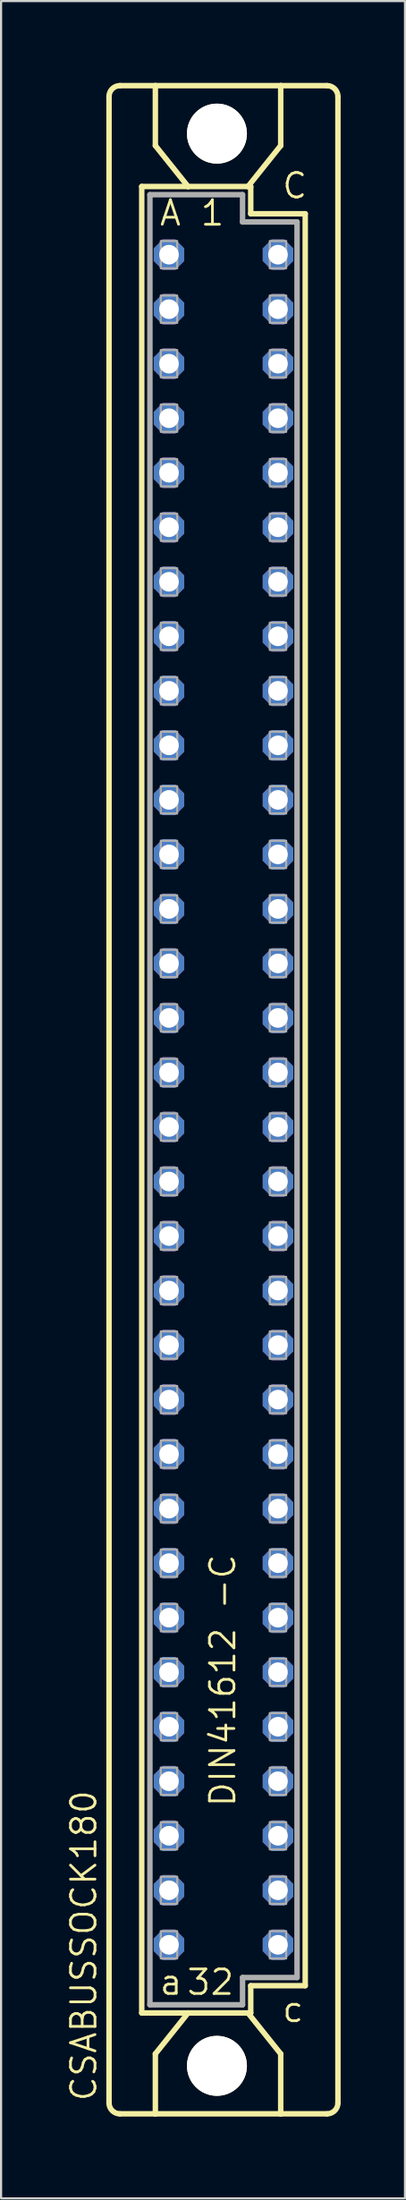
<source format=kicad_pcb>
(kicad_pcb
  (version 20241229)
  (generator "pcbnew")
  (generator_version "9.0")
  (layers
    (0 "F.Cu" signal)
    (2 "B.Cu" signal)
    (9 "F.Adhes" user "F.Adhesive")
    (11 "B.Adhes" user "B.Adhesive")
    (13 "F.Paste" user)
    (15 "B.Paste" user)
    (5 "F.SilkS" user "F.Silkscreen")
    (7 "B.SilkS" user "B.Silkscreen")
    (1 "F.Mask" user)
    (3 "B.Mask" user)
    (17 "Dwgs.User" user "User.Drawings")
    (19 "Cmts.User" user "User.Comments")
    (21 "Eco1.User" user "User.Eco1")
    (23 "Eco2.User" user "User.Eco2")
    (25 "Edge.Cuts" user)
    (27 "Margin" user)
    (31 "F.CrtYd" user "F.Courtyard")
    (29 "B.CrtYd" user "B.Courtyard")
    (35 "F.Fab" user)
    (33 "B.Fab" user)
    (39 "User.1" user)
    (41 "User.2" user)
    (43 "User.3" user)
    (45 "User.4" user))
  (footprint "CSABUSSOCK180"
    (layer "F.Cu")
    (at 7.366 50.724)
    (property "Reference" "CSABUSSOCK180" (at -5.842 44.196 90) (layer "F.SilkS") (effects (font (size 1.143 1.143) (thickness 0.127)) (justify left bottom)))
    (fp_line (start -5.334 44.196) (end -5.334 -49.276) (stroke (width 0.254) (type solid)) (layer "F.SilkS"))
    (fp_line (start -4.826 -49.784) (end -3.175 -49.784) (stroke (width 0.254) (type solid)) (layer "F.SilkS"))
    (fp_line (start -4.826 44.704) (end -3.175 44.704) (stroke (width 0.254) (type solid)) (layer "F.SilkS"))
    (fp_line (start -3.81 -45.085) (end -3.81 40.005) (stroke (width 0.254) (type solid)) (layer "F.SilkS"))
    (fp_line (start -3.81 40.005) (end -1.651 40.005) (stroke (width 0.254) (type solid)) (layer "F.SilkS"))
    (fp_line (start -3.175 -49.784) (end -3.175 -46.99) (stroke (width 0.254) (type solid)) (layer "F.SilkS"))
    (fp_line (start -3.175 44.704) (end -3.175 41.91) (stroke (width 0.254) (type solid)) (layer "F.SilkS"))
    (fp_line (start -3.175 44.704) (end 2.667 44.704) (stroke (width 0.254) (type solid)) (layer "F.SilkS"))
    (fp_line (start -1.651 -45.085) (end -3.81 -45.085) (stroke (width 0.254) (type solid)) (layer "F.SilkS"))
    (fp_line (start -1.651 -45.085) (end -3.175 -46.99) (stroke (width 0.254) (type solid)) (layer "F.SilkS"))
    (fp_line (start -1.651 40.005) (end -3.175 41.91) (stroke (width 0.254) (type solid)) (layer "F.SilkS"))
    (fp_line (start -1.651 40.005) (end 1.143 40.005) (stroke (width 0.254) (type solid)) (layer "F.SilkS"))
    (fp_line (start 1.143 -45.085) (end -1.651 -45.085) (stroke (width 0.254) (type solid)) (layer "F.SilkS"))
    (fp_line (start 1.143 -45.085) (end 2.667 -46.99) (stroke (width 0.254) (type solid)) (layer "F.SilkS"))
    (fp_line (start 1.143 40.005) (end 1.27 40.005) (stroke (width 0.254) (type solid)) (layer "F.SilkS"))
    (fp_line (start 1.143 40.005) (end 2.667 41.91) (stroke (width 0.254) (type solid)) (layer "F.SilkS"))
    (fp_line (start 1.27 -45.085) (end 1.143 -45.085) (stroke (width 0.254) (type solid)) (layer "F.SilkS"))
    (fp_line (start 1.27 -43.815) (end 1.27 -45.085) (stroke (width 0.254) (type solid)) (layer "F.SilkS"))
    (fp_line (start 1.27 38.735) (end 3.81 38.735) (stroke (width 0.254) (type solid)) (layer "F.SilkS"))
    (fp_line (start 1.27 40.005) (end 1.27 38.735) (stroke (width 0.254) (type solid)) (layer "F.SilkS"))
    (fp_line (start 2.667 -49.784) (end -3.175 -49.784) (stroke (width 0.254) (type solid)) (layer "F.SilkS"))
    (fp_line (start 2.667 -49.784) (end 2.667 -46.99) (stroke (width 0.254) (type solid)) (layer "F.SilkS"))
    (fp_line (start 2.667 44.704) (end 2.667 41.91) (stroke (width 0.254) (type solid)) (layer "F.SilkS"))
    (fp_line (start 2.667 44.704) (end 4.826 44.704) (stroke (width 0.254) (type solid)) (layer "F.SilkS"))
    (fp_line (start 3.81 -43.815) (end 1.27 -43.815) (stroke (width 0.254) (type solid)) (layer "F.SilkS"))
    (fp_line (start 3.81 38.735) (end 3.81 -43.815) (stroke (width 0.254) (type solid)) (layer "F.SilkS"))
    (fp_line (start 4.826 -49.784) (end 2.667 -49.784) (stroke (width 0.254) (type solid)) (layer "F.SilkS"))
    (fp_line (start 5.334 44.196) (end 5.334 -49.276) (stroke (width 0.254) (type solid)) (layer "F.SilkS"))
    (fp_arc (start -5.334 -49.276) (mid -5.18521 -49.63521) (end -4.826 -49.784) (stroke (width 0.254) (type solid)) (layer "F.SilkS"))
    (fp_arc (start -4.826 44.704) (mid -5.18521 44.55521) (end -5.334 44.196) (stroke (width 0.254) (type solid)) (layer "F.SilkS"))
    (fp_arc (start 4.826 -49.784) (mid 5.18521 -49.63521) (end 5.334 -49.276) (stroke (width 0.254) (type solid)) (layer "F.SilkS"))
    (fp_arc (start 5.334 44.196) (mid 5.18521 44.55521) (end 4.826 44.704) (stroke (width 0.254) (type solid)) (layer "F.SilkS"))
    (fp_circle (center -0.305 -47.549) (end 0.965 -47.549) (stroke (width 0.254) (type solid)) (fill no) (layer "F.SilkS"))
    (fp_circle (center -0.305 42.469) (end 0.965 42.469) (stroke (width 0.254) (type solid)) (fill no) (layer "F.SilkS"))
    (fp_line (start -3.429 -44.704) (end -3.429 39.624) (stroke (width 0.254) (type solid)) (layer "F.Fab"))
    (fp_line (start -3.429 -44.704) (end 0.889 -44.704) (stroke (width 0.254) (type solid)) (layer "F.Fab"))
    (fp_line (start -3.429 39.624) (end 0.889 39.624) (stroke (width 0.254) (type solid)) (layer "F.Fab"))
    (fp_line (start 0.889 -44.704) (end 0.889 -43.434) (stroke (width 0.254) (type solid)) (layer "F.Fab"))
    (fp_line (start 0.889 -43.434) (end 3.429 -43.434) (stroke (width 0.254) (type solid)) (layer "F.Fab"))
    (fp_line (start 0.889 38.354) (end 3.429 38.354) (stroke (width 0.254) (type solid)) (layer "F.Fab"))
    (fp_line (start 0.889 39.624) (end 0.889 38.354) (stroke (width 0.254) (type solid)) (layer "F.Fab"))
    (fp_line (start 3.429 -43.434) (end 3.429 38.354) (stroke (width 0.254) (type solid)) (layer "F.Fab"))
    (fp_poly (pts (xy -2.921 -41.275) (xy -2.159 -41.275) (xy -2.159 -42.545) (xy -2.921 -42.545)) (stroke (width 0.1) (type default)) (fill no) (layer "F.Fab"))
    (fp_poly (pts (xy -2.921 -38.735) (xy -2.159 -38.735) (xy -2.159 -40.005) (xy -2.921 -40.005)) (stroke (width 0.1) (type default)) (fill no) (layer "F.Fab"))
    (fp_poly (pts (xy -2.921 -36.195) (xy -2.159 -36.195) (xy -2.159 -37.465) (xy -2.921 -37.465)) (stroke (width 0.1) (type default)) (fill no) (layer "F.Fab"))
    (fp_poly (pts (xy -2.921 -33.655) (xy -2.159 -33.655) (xy -2.159 -34.925) (xy -2.921 -34.925)) (stroke (width 0.1) (type default)) (fill no) (layer "F.Fab"))
    (fp_poly (pts (xy -2.921 -31.115) (xy -2.159 -31.115) (xy -2.159 -32.385) (xy -2.921 -32.385)) (stroke (width 0.1) (type default)) (fill no) (layer "F.Fab"))
    (fp_poly (pts (xy -2.921 -28.575) (xy -2.159 -28.575) (xy -2.159 -29.845) (xy -2.921 -29.845)) (stroke (width 0.1) (type default)) (fill no) (layer "F.Fab"))
    (fp_poly (pts (xy -2.921 -26.035) (xy -2.159 -26.035) (xy -2.159 -27.305) (xy -2.921 -27.305)) (stroke (width 0.1) (type default)) (fill no) (layer "F.Fab"))
    (fp_poly (pts (xy -2.921 -23.495) (xy -2.159 -23.495) (xy -2.159 -24.765) (xy -2.921 -24.765)) (stroke (width 0.1) (type default)) (fill no) (layer "F.Fab"))
    (fp_poly (pts (xy -2.921 -20.955) (xy -2.159 -20.955) (xy -2.159 -22.225) (xy -2.921 -22.225)) (stroke (width 0.1) (type default)) (fill no) (layer "F.Fab"))
    (fp_poly (pts (xy -2.921 -18.415) (xy -2.159 -18.415) (xy -2.159 -19.685) (xy -2.921 -19.685)) (stroke (width 0.1) (type default)) (fill no) (layer "F.Fab"))
    (fp_poly (pts (xy -2.921 -15.875) (xy -2.159 -15.875) (xy -2.159 -17.145) (xy -2.921 -17.145)) (stroke (width 0.1) (type default)) (fill no) (layer "F.Fab"))
    (fp_poly (pts (xy -2.921 -13.335) (xy -2.159 -13.335) (xy -2.159 -14.605) (xy -2.921 -14.605)) (stroke (width 0.1) (type default)) (fill no) (layer "F.Fab"))
    (fp_poly (pts (xy -2.921 -10.795) (xy -2.159 -10.795) (xy -2.159 -12.065) (xy -2.921 -12.065)) (stroke (width 0.1) (type default)) (fill no) (layer "F.Fab"))
    (fp_poly (pts (xy -2.921 -8.255) (xy -2.159 -8.255) (xy -2.159 -9.525) (xy -2.921 -9.525)) (stroke (width 0.1) (type default)) (fill no) (layer "F.Fab"))
    (fp_poly (pts (xy -2.921 -5.715) (xy -2.159 -5.715) (xy -2.159 -6.985) (xy -2.921 -6.985)) (stroke (width 0.1) (type default)) (fill no) (layer "F.Fab"))
    (fp_poly (pts (xy -2.921 -3.175) (xy -2.159 -3.175) (xy -2.159 -4.445) (xy -2.921 -4.445)) (stroke (width 0.1) (type default)) (fill no) (layer "F.Fab"))
    (fp_poly (pts (xy -2.921 -0.635) (xy -2.159 -0.635) (xy -2.159 -1.905) (xy -2.921 -1.905)) (stroke (width 0.1) (type default)) (fill no) (layer "F.Fab"))
    (fp_poly (pts (xy -2.921 1.905) (xy -2.159 1.905) (xy -2.159 0.635) (xy -2.921 0.635)) (stroke (width 0.1) (type default)) (fill no) (layer "F.Fab"))
    (fp_poly (pts (xy -2.921 4.445) (xy -2.159 4.445) (xy -2.159 3.175) (xy -2.921 3.175)) (stroke (width 0.1) (type default)) (fill no) (layer "F.Fab"))
    (fp_poly (pts (xy -2.921 6.985) (xy -2.159 6.985) (xy -2.159 5.715) (xy -2.921 5.715)) (stroke (width 0.1) (type default)) (fill no) (layer "F.Fab"))
    (fp_poly (pts (xy -2.921 9.525) (xy -2.159 9.525) (xy -2.159 8.255) (xy -2.921 8.255)) (stroke (width 0.1) (type default)) (fill no) (layer "F.Fab"))
    (fp_poly (pts (xy -2.921 12.065) (xy -2.159 12.065) (xy -2.159 10.795) (xy -2.921 10.795)) (stroke (width 0.1) (type default)) (fill no) (layer "F.Fab"))
    (fp_poly (pts (xy -2.921 14.605) (xy -2.159 14.605) (xy -2.159 13.335) (xy -2.921 13.335)) (stroke (width 0.1) (type default)) (fill no) (layer "F.Fab"))
    (fp_poly (pts (xy -2.921 17.145) (xy -2.159 17.145) (xy -2.159 15.875) (xy -2.921 15.875)) (stroke (width 0.1) (type default)) (fill no) (layer "F.Fab"))
    (fp_poly (pts (xy -2.921 19.685) (xy -2.159 19.685) (xy -2.159 18.415) (xy -2.921 18.415)) (stroke (width 0.1) (type default)) (fill no) (layer "F.Fab"))
    (fp_poly (pts (xy -2.921 22.225) (xy -2.159 22.225) (xy -2.159 20.955) (xy -2.921 20.955)) (stroke (width 0.1) (type default)) (fill no) (layer "F.Fab"))
    (fp_poly (pts (xy -2.921 24.765) (xy -2.159 24.765) (xy -2.159 23.495) (xy -2.921 23.495)) (stroke (width 0.1) (type default)) (fill no) (layer "F.Fab"))
    (fp_poly (pts (xy -2.921 27.305) (xy -2.159 27.305) (xy -2.159 26.035) (xy -2.921 26.035)) (stroke (width 0.1) (type default)) (fill no) (layer "F.Fab"))
    (fp_poly (pts (xy -2.921 29.845) (xy -2.159 29.845) (xy -2.159 28.575) (xy -2.921 28.575)) (stroke (width 0.1) (type default)) (fill no) (layer "F.Fab"))
    (fp_poly (pts (xy -2.921 32.385) (xy -2.159 32.385) (xy -2.159 31.115) (xy -2.921 31.115)) (stroke (width 0.1) (type default)) (fill no) (layer "F.Fab"))
    (fp_poly (pts (xy -2.921 34.925) (xy -2.159 34.925) (xy -2.159 33.655) (xy -2.921 33.655)) (stroke (width 0.1) (type default)) (fill no) (layer "F.Fab"))
    (fp_poly (pts (xy -2.921 37.465) (xy -2.159 37.465) (xy -2.159 36.195) (xy -2.921 36.195)) (stroke (width 0.1) (type default)) (fill no) (layer "F.Fab"))
    (fp_poly (pts (xy 2.159 -41.275) (xy 2.921 -41.275) (xy 2.921 -42.545) (xy 2.159 -42.545)) (stroke (width 0.1) (type default)) (fill no) (layer "F.Fab"))
    (fp_poly (pts (xy 2.159 -38.735) (xy 2.921 -38.735) (xy 2.921 -40.005) (xy 2.159 -40.005)) (stroke (width 0.1) (type default)) (fill no) (layer "F.Fab"))
    (fp_poly (pts (xy 2.159 -36.195) (xy 2.921 -36.195) (xy 2.921 -37.465) (xy 2.159 -37.465)) (stroke (width 0.1) (type default)) (fill no) (layer "F.Fab"))
    (fp_poly (pts (xy 2.159 -33.655) (xy 2.921 -33.655) (xy 2.921 -34.925) (xy 2.159 -34.925)) (stroke (width 0.1) (type default)) (fill no) (layer "F.Fab"))
    (fp_poly (pts (xy 2.159 -31.115) (xy 2.921 -31.115) (xy 2.921 -32.385) (xy 2.159 -32.385)) (stroke (width 0.1) (type default)) (fill no) (layer "F.Fab"))
    (fp_poly (pts (xy 2.159 -28.575) (xy 2.921 -28.575) (xy 2.921 -29.845) (xy 2.159 -29.845)) (stroke (width 0.1) (type default)) (fill no) (layer "F.Fab"))
    (fp_poly (pts (xy 2.159 -26.035) (xy 2.921 -26.035) (xy 2.921 -27.305) (xy 2.159 -27.305)) (stroke (width 0.1) (type default)) (fill no) (layer "F.Fab"))
    (fp_poly (pts (xy 2.159 -23.495) (xy 2.921 -23.495) (xy 2.921 -24.765) (xy 2.159 -24.765)) (stroke (width 0.1) (type default)) (fill no) (layer "F.Fab"))
    (fp_poly (pts (xy 2.159 -20.955) (xy 2.921 -20.955) (xy 2.921 -22.225) (xy 2.159 -22.225)) (stroke (width 0.1) (type default)) (fill no) (layer "F.Fab"))
    (fp_poly (pts (xy 2.159 -18.415) (xy 2.921 -18.415) (xy 2.921 -19.685) (xy 2.159 -19.685)) (stroke (width 0.1) (type default)) (fill no) (layer "F.Fab"))
    (fp_poly (pts (xy 2.159 -15.875) (xy 2.921 -15.875) (xy 2.921 -17.145) (xy 2.159 -17.145)) (stroke (width 0.1) (type default)) (fill no) (layer "F.Fab"))
    (fp_poly (pts (xy 2.159 -13.335) (xy 2.921 -13.335) (xy 2.921 -14.605) (xy 2.159 -14.605)) (stroke (width 0.1) (type default)) (fill no) (layer "F.Fab"))
    (fp_poly (pts (xy 2.159 -10.795) (xy 2.921 -10.795) (xy 2.921 -12.065) (xy 2.159 -12.065)) (stroke (width 0.1) (type default)) (fill no) (layer "F.Fab"))
    (fp_poly (pts (xy 2.159 -8.255) (xy 2.921 -8.255) (xy 2.921 -9.525) (xy 2.159 -9.525)) (stroke (width 0.1) (type default)) (fill no) (layer "F.Fab"))
    (fp_poly (pts (xy 2.159 -5.715) (xy 2.921 -5.715) (xy 2.921 -6.985) (xy 2.159 -6.985)) (stroke (width 0.1) (type default)) (fill no) (layer "F.Fab"))
    (fp_poly (pts (xy 2.159 -3.175) (xy 2.921 -3.175) (xy 2.921 -4.445) (xy 2.159 -4.445)) (stroke (width 0.1) (type default)) (fill no) (layer "F.Fab"))
    (fp_poly (pts (xy 2.159 -0.635) (xy 2.921 -0.635) (xy 2.921 -1.905) (xy 2.159 -1.905)) (stroke (width 0.1) (type default)) (fill no) (layer "F.Fab"))
    (fp_poly (pts (xy 2.159 1.905) (xy 2.921 1.905) (xy 2.921 0.635) (xy 2.159 0.635)) (stroke (width 0.1) (type default)) (fill no) (layer "F.Fab"))
    (fp_poly (pts (xy 2.159 4.445) (xy 2.921 4.445) (xy 2.921 3.175) (xy 2.159 3.175)) (stroke (width 0.1) (type default)) (fill no) (layer "F.Fab"))
    (fp_poly (pts (xy 2.159 6.985) (xy 2.921 6.985) (xy 2.921 5.715) (xy 2.159 5.715)) (stroke (width 0.1) (type default)) (fill no) (layer "F.Fab"))
    (fp_poly (pts (xy 2.159 9.525) (xy 2.921 9.525) (xy 2.921 8.255) (xy 2.159 8.255)) (stroke (width 0.1) (type default)) (fill no) (layer "F.Fab"))
    (fp_poly (pts (xy 2.159 12.065) (xy 2.921 12.065) (xy 2.921 10.795) (xy 2.159 10.795)) (stroke (width 0.1) (type default)) (fill no) (layer "F.Fab"))
    (fp_poly (pts (xy 2.159 14.605) (xy 2.921 14.605) (xy 2.921 13.335) (xy 2.159 13.335)) (stroke (width 0.1) (type default)) (fill no) (layer "F.Fab"))
    (fp_poly (pts (xy 2.159 17.145) (xy 2.921 17.145) (xy 2.921 15.875) (xy 2.159 15.875)) (stroke (width 0.1) (type default)) (fill no) (layer "F.Fab"))
    (fp_poly (pts (xy 2.159 19.685) (xy 2.921 19.685) (xy 2.921 18.415) (xy 2.159 18.415)) (stroke (width 0.1) (type default)) (fill no) (layer "F.Fab"))
    (fp_poly (pts (xy 2.159 22.225) (xy 2.921 22.225) (xy 2.921 20.955) (xy 2.159 20.955)) (stroke (width 0.1) (type default)) (fill no) (layer "F.Fab"))
    (fp_poly (pts (xy 2.159 24.765) (xy 2.921 24.765) (xy 2.921 23.495) (xy 2.159 23.495)) (stroke (width 0.1) (type default)) (fill no) (layer "F.Fab"))
    (fp_poly (pts (xy 2.159 27.305) (xy 2.921 27.305) (xy 2.921 26.035) (xy 2.159 26.035)) (stroke (width 0.1) (type default)) (fill no) (layer "F.Fab"))
    (fp_poly (pts (xy 2.159 29.845) (xy 2.921 29.845) (xy 2.921 28.575) (xy 2.159 28.575)) (stroke (width 0.1) (type default)) (fill no) (layer "F.Fab"))
    (fp_poly (pts (xy 2.159 32.385) (xy 2.921 32.385) (xy 2.921 31.115) (xy 2.159 31.115)) (stroke (width 0.1) (type default)) (fill no) (layer "F.Fab"))
    (fp_poly (pts (xy 2.159 34.925) (xy 2.921 34.925) (xy 2.921 33.655) (xy 2.159 33.655)) (stroke (width 0.1) (type default)) (fill no) (layer "F.Fab"))
    (fp_poly (pts (xy 2.159 37.465) (xy 2.921 37.465) (xy 2.921 36.195) (xy 2.159 36.195)) (stroke (width 0.1) (type default)) (fill no) (layer "F.Fab"))
    (fp_text user "c" (at 2.667 40.513 0) (layer "F.SilkS") (effects (font (size 1.143 1.143) (thickness 0.127)) (justify left bottom)))
    (fp_text user "1" (at -1.143 -43.18 0) (layer "F.SilkS") (effects (font (size 1.143 1.143) (thickness 0.127)) (justify left bottom)))
    (fp_text user "a" (at -3.048 39.243 0) (layer "F.SilkS") (effects (font (size 1.143 1.143) (thickness 0.127)) (justify left bottom)))
    (fp_text user "C" (at 2.667 -44.45 0) (layer "F.SilkS") (effects (font (size 1.143 1.143) (thickness 0.127)) (justify left bottom)))
    (fp_text user "A" (at -3.048 -43.18 0) (layer "F.SilkS") (effects (font (size 1.143 1.143) (thickness 0.127)) (justify left bottom)))
    (fp_text user "32" (at -1.778 39.243 0) (layer "F.SilkS") (effects (font (size 1.143 1.143) (thickness 0.127)) (justify left bottom)))
    (fp_text user "DIN41612 -C" (at 0.635 30.48 90) (layer "F.SilkS") (effects (font (size 1.143 1.143) (thickness 0.127)) (justify left bottom)))
    (pad "" np_thru_hole circle (at -0.305 -47.549) (size 2.794 2.794) (drill 2.794) (layers "*.Cu" "*.Mask"))
    (pad "" np_thru_hole circle (at -0.305 42.469) (size 2.794 2.794) (drill 2.794) (layers "*.Cu" "*.Mask"))
    (pad "A1" thru_hole roundrect (at -2.54 -41.91) (size 1.422 1.422) (drill 0.914) (layers "*.Cu" "*.Mask") (roundrect_rratio 0.25) (chamfer_ratio 0.293) (chamfer top_left top_right bottom_left bottom_right))
    (pad "A2" thru_hole roundrect (at -2.54 -39.37) (size 1.422 1.422) (drill 0.914) (layers "*.Cu" "*.Mask") (roundrect_rratio 0.25) (chamfer_ratio 0.293) (chamfer top_left top_right bottom_left bottom_right))
    (pad "A3" thru_hole roundrect (at -2.54 -36.83) (size 1.422 1.422) (drill 0.914) (layers "*.Cu" "*.Mask") (roundrect_rratio 0.25) (chamfer_ratio 0.293) (chamfer top_left top_right bottom_left bottom_right))
    (pad "A4" thru_hole roundrect (at -2.54 -34.29) (size 1.422 1.422) (drill 0.914) (layers "*.Cu" "*.Mask") (roundrect_rratio 0.25) (chamfer_ratio 0.293) (chamfer top_left top_right bottom_left bottom_right))
    (pad "A5" thru_hole roundrect (at -2.54 -31.75) (size 1.422 1.422) (drill 0.914) (layers "*.Cu" "*.Mask") (roundrect_rratio 0.25) (chamfer_ratio 0.293) (chamfer top_left top_right bottom_left bottom_right))
    (pad "A6" thru_hole roundrect (at -2.54 -29.21) (size 1.422 1.422) (drill 0.914) (layers "*.Cu" "*.Mask") (roundrect_rratio 0.25) (chamfer_ratio 0.293) (chamfer top_left top_right bottom_left bottom_right))
    (pad "A7" thru_hole roundrect (at -2.54 -26.67) (size 1.422 1.422) (drill 0.914) (layers "*.Cu" "*.Mask") (roundrect_rratio 0.25) (chamfer_ratio 0.293) (chamfer top_left top_right bottom_left bottom_right))
    (pad "A8" thru_hole roundrect (at -2.54 -24.13) (size 1.422 1.422) (drill 0.914) (layers "*.Cu" "*.Mask") (roundrect_rratio 0.25) (chamfer_ratio 0.293) (chamfer top_left top_right bottom_left bottom_right))
    (pad "A9" thru_hole roundrect (at -2.54 -21.59) (size 1.422 1.422) (drill 0.914) (layers "*.Cu" "*.Mask") (roundrect_rratio 0.25) (chamfer_ratio 0.293) (chamfer top_left top_right bottom_left bottom_right))
    (pad "A10" thru_hole roundrect (at -2.54 -19.05) (size 1.422 1.422) (drill 0.914) (layers "*.Cu" "*.Mask") (roundrect_rratio 0.25) (chamfer_ratio 0.293) (chamfer top_left top_right bottom_left bottom_right))
    (pad "A11" thru_hole roundrect (at -2.54 -16.51) (size 1.422 1.422) (drill 0.914) (layers "*.Cu" "*.Mask") (roundrect_rratio 0.25) (chamfer_ratio 0.293) (chamfer top_left top_right bottom_left bottom_right))
    (pad "A12" thru_hole roundrect (at -2.54 -13.97) (size 1.422 1.422) (drill 0.914) (layers "*.Cu" "*.Mask") (roundrect_rratio 0.25) (chamfer_ratio 0.293) (chamfer top_left top_right bottom_left bottom_right))
    (pad "A13" thru_hole roundrect (at -2.54 -11.43) (size 1.422 1.422) (drill 0.914) (layers "*.Cu" "*.Mask") (roundrect_rratio 0.25) (chamfer_ratio 0.293) (chamfer top_left top_right bottom_left bottom_right))
    (pad "A14" thru_hole roundrect (at -2.54 -8.89) (size 1.422 1.422) (drill 0.914) (layers "*.Cu" "*.Mask") (roundrect_rratio 0.25) (chamfer_ratio 0.293) (chamfer top_left top_right bottom_left bottom_right))
    (pad "A15" thru_hole roundrect (at -2.54 -6.35) (size 1.422 1.422) (drill 0.914) (layers "*.Cu" "*.Mask") (roundrect_rratio 0.25) (chamfer_ratio 0.293) (chamfer top_left top_right bottom_left bottom_right))
    (pad "A16" thru_hole roundrect (at -2.54 -3.81) (size 1.422 1.422) (drill 0.914) (layers "*.Cu" "*.Mask") (roundrect_rratio 0.25) (chamfer_ratio 0.293) (chamfer top_left top_right bottom_left bottom_right))
    (pad "A17" thru_hole roundrect (at -2.54 -1.27) (size 1.422 1.422) (drill 0.914) (layers "*.Cu" "*.Mask") (roundrect_rratio 0.25) (chamfer_ratio 0.293) (chamfer top_left top_right bottom_left bottom_right))
    (pad "A18" thru_hole roundrect (at -2.54 1.27) (size 1.422 1.422) (drill 0.914) (layers "*.Cu" "*.Mask") (roundrect_rratio 0.25) (chamfer_ratio 0.293) (chamfer top_left top_right bottom_left bottom_right))
    (pad "A19" thru_hole roundrect (at -2.54 3.81) (size 1.422 1.422) (drill 0.914) (layers "*.Cu" "*.Mask") (roundrect_rratio 0.25) (chamfer_ratio 0.293) (chamfer top_left top_right bottom_left bottom_right))
    (pad "A20" thru_hole roundrect (at -2.54 6.35) (size 1.422 1.422) (drill 0.914) (layers "*.Cu" "*.Mask") (roundrect_rratio 0.25) (chamfer_ratio 0.293) (chamfer top_left top_right bottom_left bottom_right))
    (pad "A21" thru_hole roundrect (at -2.54 8.89) (size 1.422 1.422) (drill 0.914) (layers "*.Cu" "*.Mask") (roundrect_rratio 0.25) (chamfer_ratio 0.293) (chamfer top_left top_right bottom_left bottom_right))
    (pad "A22" thru_hole roundrect (at -2.54 11.43) (size 1.422 1.422) (drill 0.914) (layers "*.Cu" "*.Mask") (roundrect_rratio 0.25) (chamfer_ratio 0.293) (chamfer top_left top_right bottom_left bottom_right))
    (pad "A23" thru_hole roundrect (at -2.54 13.97) (size 1.422 1.422) (drill 0.914) (layers "*.Cu" "*.Mask") (roundrect_rratio 0.25) (chamfer_ratio 0.293) (chamfer top_left top_right bottom_left bottom_right))
    (pad "A24" thru_hole roundrect (at -2.54 16.51) (size 1.422 1.422) (drill 0.914) (layers "*.Cu" "*.Mask") (roundrect_rratio 0.25) (chamfer_ratio 0.293) (chamfer top_left top_right bottom_left bottom_right))
    (pad "A25" thru_hole roundrect (at -2.54 19.05) (size 1.422 1.422) (drill 0.914) (layers "*.Cu" "*.Mask") (roundrect_rratio 0.25) (chamfer_ratio 0.293) (chamfer top_left top_right bottom_left bottom_right))
    (pad "A26" thru_hole roundrect (at -2.54 21.59) (size 1.422 1.422) (drill 0.914) (layers "*.Cu" "*.Mask") (roundrect_rratio 0.25) (chamfer_ratio 0.293) (chamfer top_left top_right bottom_left bottom_right))
    (pad "A27" thru_hole roundrect (at -2.54 24.13) (size 1.422 1.422) (drill 0.914) (layers "*.Cu" "*.Mask") (roundrect_rratio 0.25) (chamfer_ratio 0.293) (chamfer top_left top_right bottom_left bottom_right))
    (pad "A28" thru_hole roundrect (at -2.54 26.67) (size 1.422 1.422) (drill 0.914) (layers "*.Cu" "*.Mask") (roundrect_rratio 0.25) (chamfer_ratio 0.293) (chamfer top_left top_right bottom_left bottom_right))
    (pad "A29" thru_hole roundrect (at -2.54 29.21) (size 1.422 1.422) (drill 0.914) (layers "*.Cu" "*.Mask") (roundrect_rratio 0.25) (chamfer_ratio 0.293) (chamfer top_left top_right bottom_left bottom_right))
    (pad "A30" thru_hole roundrect (at -2.54 31.75) (size 1.422 1.422) (drill 0.914) (layers "*.Cu" "*.Mask") (roundrect_rratio 0.25) (chamfer_ratio 0.293) (chamfer top_left top_right bottom_left bottom_right))
    (pad "A31" thru_hole roundrect (at -2.54 34.29) (size 1.422 1.422) (drill 0.914) (layers "*.Cu" "*.Mask") (roundrect_rratio 0.25) (chamfer_ratio 0.293) (chamfer top_left top_right bottom_left bottom_right))
    (pad "A32" thru_hole roundrect (at -2.54 36.83) (size 1.422 1.422) (drill 0.914) (layers "*.Cu" "*.Mask") (roundrect_rratio 0.25) (chamfer_ratio 0.293) (chamfer top_left top_right bottom_left bottom_right))
    (pad "C1" thru_hole roundrect (at 2.54 -41.91) (size 1.422 1.422) (drill 0.914) (layers "*.Cu" "*.Mask") (roundrect_rratio 0.25) (chamfer_ratio 0.293) (chamfer top_left top_right bottom_left bottom_right))
    (pad "C2" thru_hole roundrect (at 2.54 -39.37) (size 1.422 1.422) (drill 0.914) (layers "*.Cu" "*.Mask") (roundrect_rratio 0.25) (chamfer_ratio 0.293) (chamfer top_left top_right bottom_left bottom_right))
    (pad "C3" thru_hole roundrect (at 2.54 -36.83) (size 1.422 1.422) (drill 0.914) (layers "*.Cu" "*.Mask") (roundrect_rratio 0.25) (chamfer_ratio 0.293) (chamfer top_left top_right bottom_left bottom_right))
    (pad "C4" thru_hole roundrect (at 2.54 -34.29) (size 1.422 1.422) (drill 0.914) (layers "*.Cu" "*.Mask") (roundrect_rratio 0.25) (chamfer_ratio 0.293) (chamfer top_left top_right bottom_left bottom_right))
    (pad "C5" thru_hole roundrect (at 2.54 -31.75) (size 1.422 1.422) (drill 0.914) (layers "*.Cu" "*.Mask") (roundrect_rratio 0.25) (chamfer_ratio 0.293) (chamfer top_left top_right bottom_left bottom_right))
    (pad "C6" thru_hole roundrect (at 2.54 -29.21) (size 1.422 1.422) (drill 0.914) (layers "*.Cu" "*.Mask") (roundrect_rratio 0.25) (chamfer_ratio 0.293) (chamfer top_left top_right bottom_left bottom_right))
    (pad "C7" thru_hole roundrect (at 2.54 -26.67) (size 1.422 1.422) (drill 0.914) (layers "*.Cu" "*.Mask") (roundrect_rratio 0.25) (chamfer_ratio 0.293) (chamfer top_left top_right bottom_left bottom_right))
    (pad "C8" thru_hole roundrect (at 2.54 -24.13) (size 1.422 1.422) (drill 0.914) (layers "*.Cu" "*.Mask") (roundrect_rratio 0.25) (chamfer_ratio 0.293) (chamfer top_left top_right bottom_left bottom_right))
    (pad "C9" thru_hole roundrect (at 2.54 -21.59) (size 1.422 1.422) (drill 0.914) (layers "*.Cu" "*.Mask") (roundrect_rratio 0.25) (chamfer_ratio 0.293) (chamfer top_left top_right bottom_left bottom_right))
    (pad "C10" thru_hole roundrect (at 2.54 -19.05) (size 1.422 1.422) (drill 0.914) (layers "*.Cu" "*.Mask") (roundrect_rratio 0.25) (chamfer_ratio 0.293) (chamfer top_left top_right bottom_left bottom_right))
    (pad "C11" thru_hole roundrect (at 2.54 -16.51) (size 1.422 1.422) (drill 0.914) (layers "*.Cu" "*.Mask") (roundrect_rratio 0.25) (chamfer_ratio 0.293) (chamfer top_left top_right bottom_left bottom_right))
    (pad "C12" thru_hole roundrect (at 2.54 -13.97) (size 1.422 1.422) (drill 0.914) (layers "*.Cu" "*.Mask") (roundrect_rratio 0.25) (chamfer_ratio 0.293) (chamfer top_left top_right bottom_left bottom_right))
    (pad "C13" thru_hole roundrect (at 2.54 -11.43) (size 1.422 1.422) (drill 0.914) (layers "*.Cu" "*.Mask") (roundrect_rratio 0.25) (chamfer_ratio 0.293) (chamfer top_left top_right bottom_left bottom_right))
    (pad "C14" thru_hole roundrect (at 2.54 -8.89) (size 1.422 1.422) (drill 0.914) (layers "*.Cu" "*.Mask") (roundrect_rratio 0.25) (chamfer_ratio 0.293) (chamfer top_left top_right bottom_left bottom_right))
    (pad "C15" thru_hole roundrect (at 2.54 -6.35) (size 1.422 1.422) (drill 0.914) (layers "*.Cu" "*.Mask") (roundrect_rratio 0.25) (chamfer_ratio 0.293) (chamfer top_left top_right bottom_left bottom_right))
    (pad "C16" thru_hole roundrect (at 2.54 -3.81) (size 1.422 1.422) (drill 0.914) (layers "*.Cu" "*.Mask") (roundrect_rratio 0.25) (chamfer_ratio 0.293) (chamfer top_left top_right bottom_left bottom_right))
    (pad "C17" thru_hole roundrect (at 2.54 -1.27) (size 1.422 1.422) (drill 0.914) (layers "*.Cu" "*.Mask") (roundrect_rratio 0.25) (chamfer_ratio 0.293) (chamfer top_left top_right bottom_left bottom_right))
    (pad "C18" thru_hole roundrect (at 2.54 1.27) (size 1.422 1.422) (drill 0.914) (layers "*.Cu" "*.Mask") (roundrect_rratio 0.25) (chamfer_ratio 0.293) (chamfer top_left top_right bottom_left bottom_right))
    (pad "C19" thru_hole roundrect (at 2.54 3.81) (size 1.422 1.422) (drill 0.914) (layers "*.Cu" "*.Mask") (roundrect_rratio 0.25) (chamfer_ratio 0.293) (chamfer top_left top_right bottom_left bottom_right))
    (pad "C20" thru_hole roundrect (at 2.54 6.35) (size 1.422 1.422) (drill 0.914) (layers "*.Cu" "*.Mask") (roundrect_rratio 0.25) (chamfer_ratio 0.293) (chamfer top_left top_right bottom_left bottom_right))
    (pad "C21" thru_hole roundrect (at 2.54 8.89) (size 1.422 1.422) (drill 0.914) (layers "*.Cu" "*.Mask") (roundrect_rratio 0.25) (chamfer_ratio 0.293) (chamfer top_left top_right bottom_left bottom_right))
    (pad "C22" thru_hole roundrect (at 2.54 11.43) (size 1.422 1.422) (drill 0.914) (layers "*.Cu" "*.Mask") (roundrect_rratio 0.25) (chamfer_ratio 0.293) (chamfer top_left top_right bottom_left bottom_right))
    (pad "C23" thru_hole roundrect (at 2.54 13.97) (size 1.422 1.422) (drill 0.914) (layers "*.Cu" "*.Mask") (roundrect_rratio 0.25) (chamfer_ratio 0.293) (chamfer top_left top_right bottom_left bottom_right))
    (pad "C24" thru_hole roundrect (at 2.54 16.51) (size 1.422 1.422) (drill 0.914) (layers "*.Cu" "*.Mask") (roundrect_rratio 0.25) (chamfer_ratio 0.293) (chamfer top_left top_right bottom_left bottom_right))
    (pad "C25" thru_hole roundrect (at 2.54 19.05) (size 1.422 1.422) (drill 0.914) (layers "*.Cu" "*.Mask") (roundrect_rratio 0.25) (chamfer_ratio 0.293) (chamfer top_left top_right bottom_left bottom_right))
    (pad "C26" thru_hole roundrect (at 2.54 21.59) (size 1.422 1.422) (drill 0.914) (layers "*.Cu" "*.Mask") (roundrect_rratio 0.25) (chamfer_ratio 0.293) (chamfer top_left top_right bottom_left bottom_right))
    (pad "C27" thru_hole roundrect (at 2.54 24.13) (size 1.422 1.422) (drill 0.914) (layers "*.Cu" "*.Mask") (roundrect_rratio 0.25) (chamfer_ratio 0.293) (chamfer top_left top_right bottom_left bottom_right))
    (pad "C28" thru_hole roundrect (at 2.54 26.67) (size 1.422 1.422) (drill 0.914) (layers "*.Cu" "*.Mask") (roundrect_rratio 0.25) (chamfer_ratio 0.293) (chamfer top_left top_right bottom_left bottom_right))
    (pad "C29" thru_hole roundrect (at 2.54 29.21) (size 1.422 1.422) (drill 0.914) (layers "*.Cu" "*.Mask") (roundrect_rratio 0.25) (chamfer_ratio 0.293) (chamfer top_left top_right bottom_left bottom_right))
    (pad "C30" thru_hole roundrect (at 2.54 31.75) (size 1.422 1.422) (drill 0.914) (layers "*.Cu" "*.Mask") (roundrect_rratio 0.25) (chamfer_ratio 0.293) (chamfer top_left top_right bottom_left bottom_right))
    (pad "C31" thru_hole roundrect (at 2.54 34.29) (size 1.422 1.422) (drill 0.914) (layers "*.Cu" "*.Mask") (roundrect_rratio 0.25) (chamfer_ratio 0.293) (chamfer top_left top_right bottom_left bottom_right))
    (pad "C32" thru_hole roundrect (at 2.54 36.83) (size 1.422 1.422) (drill 0.914) (layers "*.Cu" "*.Mask") (roundrect_rratio 0.25) (chamfer_ratio 0.293) (chamfer top_left top_right bottom_left bottom_right))
    (zone (net_name "") (layers "F.Cu" "B.Cu") (hatch edge 0.5) (connect_pads) (min_thickness 0.25) (filled_areas_thickness no) (keepout (tracks allowed) (vias not_allowed) (pads allowed) (copperpour allowed) (footprints allowed)) (placement (enabled no)) (fill) (polygon (pts (xy 10.236 3.175) (xy 10.216 2.82) (xy 10.157 2.468) (xy 10.058 2.126) (xy 9.922 1.797) (xy 9.75 1.486) (xy 9.544 1.195) (xy 9.306 0.93) (xy 9.041 0.693) (xy 8.75 0.487) (xy 8.439 0.314) (xy 8.11 0.178) (xy 7.768 0.08) (xy 7.417 0.02) (xy 7.061 0) (xy 6.706 0.02) (xy 6.355 0.08) (xy 6.013 0.178) (xy 5.684 0.314) (xy 5.372 0.487) (xy 5.082 0.693) (xy 4.816 0.93) (xy 4.579 1.195) (xy 4.373 1.486) (xy 4.201 1.797) (xy 4.064 2.126) (xy 3.966 2.468) (xy 3.906 2.82) (xy 3.886 3.175) (xy 3.906 3.53) (xy 3.966 3.882) (xy 4.064 4.224) (xy 4.201 4.553) (xy 4.373 4.864) (xy 4.579 5.155) (xy 4.816 5.42) (xy 5.082 5.657) (xy 5.372 5.863) (xy 5.684 6.036) (xy 6.013 6.172) (xy 6.355 6.27) (xy 6.706 6.33) (xy 7.061 6.35) (xy 7.417 6.33) (xy 7.768 6.27) (xy 8.11 6.172) (xy 8.439 6.036) (xy 8.75 5.863) (xy 9.041 5.657) (xy 9.306 5.42) (xy 9.544 5.155) (xy 9.75 4.864) (xy 9.922 4.553) (xy 10.058 4.224) (xy 10.157 3.882) (xy 10.216 3.53))) (polygon (pts (xy 8.458 3.175) (xy 8.438 2.939) (xy 8.378 2.71) (xy 8.281 2.494) (xy 8.148 2.297) (xy 7.984 2.126) (xy 7.794 1.985) (xy 7.582 1.879) (xy 7.356 1.809) (xy 7.12 1.779) (xy 6.884 1.789) (xy 6.652 1.839) (xy 6.432 1.928) (xy 6.23 2.052) (xy 6.053 2.208) (xy 5.904 2.393) (xy 5.788 2.6) (xy 5.709 2.823) (xy 5.669 3.057) (xy 5.669 3.293) (xy 5.709 3.527) (xy 5.788 3.75) (xy 5.904 3.957) (xy 6.053 4.142) (xy 6.23 4.298) (xy 6.432 4.422) (xy 6.652 4.511) (xy 6.884 4.561) (xy 7.12 4.571) (xy 7.356 4.541) (xy 7.582 4.471) (xy 7.794 4.365) (xy 7.984 4.224) (xy 8.148 4.053) (xy 8.281 3.856) (xy 8.378 3.64) (xy 8.438 3.411))))
    (zone (net_name "") (layers "F.Cu" "B.Cu") (hatch edge 0.5) (connect_pads) (min_thickness 0.25) (filled_areas_thickness no) (keepout (tracks allowed) (vias not_allowed) (pads allowed) (copperpour allowed) (footprints allowed)) (placement (enabled no)) (fill) (polygon (pts (xy 10.236 93.193) (xy 10.216 92.837) (xy 10.157 92.486) (xy 10.058 92.144) (xy 9.922 91.815) (xy 9.75 91.503) (xy 9.544 91.213) (xy 9.306 90.948) (xy 9.041 90.71) (xy 8.75 90.504) (xy 8.439 90.332) (xy 8.11 90.196) (xy 7.768 90.097) (xy 7.417 90.038) (xy 7.061 90.018) (xy 6.706 90.038) (xy 6.355 90.097) (xy 6.013 90.196) (xy 5.684 90.332) (xy 5.372 90.504) (xy 5.082 90.71) (xy 4.816 90.948) (xy 4.579 91.213) (xy 4.373 91.503) (xy 4.201 91.815) (xy 4.064 92.144) (xy 3.966 92.486) (xy 3.906 92.837) (xy 3.886 93.193) (xy 3.906 93.548) (xy 3.966 93.899) (xy 4.064 94.241) (xy 4.201 94.57) (xy 4.373 94.882) (xy 4.579 95.172) (xy 4.816 95.438) (xy 5.082 95.675) (xy 5.372 95.881) (xy 5.684 96.053) (xy 6.013 96.189) (xy 6.355 96.288) (xy 6.706 96.348) (xy 7.061 96.368) (xy 7.417 96.348) (xy 7.768 96.288) (xy 8.11 96.189) (xy 8.439 96.053) (xy 8.75 95.881) (xy 9.041 95.675) (xy 9.306 95.438) (xy 9.544 95.172) (xy 9.75 94.882) (xy 9.922 94.57) (xy 10.058 94.241) (xy 10.157 93.899) (xy 10.216 93.548))) (polygon (pts (xy 8.458 93.193) (xy 8.438 92.957) (xy 8.378 92.727) (xy 8.281 92.511) (xy 8.148 92.315) (xy 7.984 92.144) (xy 7.794 92.003) (xy 7.582 91.896) (xy 7.356 91.827) (xy 7.12 91.797) (xy 6.884 91.807) (xy 6.652 91.857) (xy 6.432 91.945) (xy 6.23 92.069) (xy 6.053 92.226) (xy 5.904 92.41) (xy 5.788 92.617) (xy 5.709 92.841) (xy 5.669 93.074) (xy 5.669 93.311) (xy 5.709 93.545) (xy 5.788 93.768) (xy 5.904 93.975) (xy 6.053 94.159) (xy 6.23 94.316) (xy 6.432 94.44) (xy 6.652 94.528) (xy 6.884 94.578) (xy 7.12 94.588) (xy 7.356 94.558) (xy 7.582 94.489) (xy 7.794 94.382) (xy 7.984 94.241) (xy 8.148 94.07) (xy 8.281 93.874) (xy 8.378 93.658) (xy 8.438 93.429))))
    (zone (net_name "") (layer "B.Cu") (hatch edge 0.5) (connect_pads) (min_thickness 0.25) (filled_areas_thickness no) (keepout (tracks not_allowed) (vias not_allowed) (pads not_allowed) (copperpour not_allowed) (footprints allowed)) (placement (enabled no)) (fill) (polygon (pts (xy 10.236 3.175) (xy 10.216 2.82) (xy 10.157 2.468) (xy 10.058 2.126) (xy 9.922 1.797) (xy 9.75 1.486) (xy 9.544 1.195) (xy 9.306 0.93) (xy 9.041 0.693) (xy 8.75 0.487) (xy 8.439 0.314) (xy 8.11 0.178) (xy 7.768 0.08) (xy 7.417 0.02) (xy 7.061 0) (xy 6.706 0.02) (xy 6.355 0.08) (xy 6.013 0.178) (xy 5.684 0.314) (xy 5.372 0.487) (xy 5.082 0.693) (xy 4.816 0.93) (xy 4.579 1.195) (xy 4.373 1.486) (xy 4.201 1.797) (xy 4.064 2.126) (xy 3.966 2.468) (xy 3.906 2.82) (xy 3.886 3.175) (xy 3.906 3.53) (xy 3.966 3.882) (xy 4.064 4.224) (xy 4.201 4.553) (xy 4.373 4.864) (xy 4.579 5.155) (xy 4.816 5.42) (xy 5.082 5.657) (xy 5.372 5.863) (xy 5.684 6.036) (xy 6.013 6.172) (xy 6.355 6.27) (xy 6.706 6.33) (xy 7.061 6.35) (xy 7.417 6.33) (xy 7.768 6.27) (xy 8.11 6.172) (xy 8.439 6.036) (xy 8.75 5.863) (xy 9.041 5.657) (xy 9.306 5.42) (xy 9.544 5.155) (xy 9.75 4.864) (xy 9.922 4.553) (xy 10.058 4.224) (xy 10.157 3.882) (xy 10.216 3.53))) (polygon (pts (xy 8.458 3.175) (xy 8.438 2.939) (xy 8.378 2.71) (xy 8.281 2.494) (xy 8.148 2.297) (xy 7.984 2.126) (xy 7.794 1.985) (xy 7.582 1.879) (xy 7.356 1.809) (xy 7.12 1.779) (xy 6.884 1.789) (xy 6.652 1.839) (xy 6.432 1.928) (xy 6.23 2.052) (xy 6.053 2.208) (xy 5.904 2.393) (xy 5.788 2.6) (xy 5.709 2.823) (xy 5.669 3.057) (xy 5.669 3.293) (xy 5.709 3.527) (xy 5.788 3.75) (xy 5.904 3.957) (xy 6.053 4.142) (xy 6.23 4.298) (xy 6.432 4.422) (xy 6.652 4.511) (xy 6.884 4.561) (xy 7.12 4.571) (xy 7.356 4.541) (xy 7.582 4.471) (xy 7.794 4.365) (xy 7.984 4.224) (xy 8.148 4.053) (xy 8.281 3.856) (xy 8.378 3.64) (xy 8.438 3.411))))
    (zone (net_name "") (layer "B.Cu") (hatch edge 0.5) (connect_pads) (min_thickness 0.25) (filled_areas_thickness no) (keepout (tracks not_allowed) (vias not_allowed) (pads not_allowed) (copperpour not_allowed) (footprints allowed)) (placement (enabled no)) (fill) (polygon (pts (xy 10.236 93.193) (xy 10.216 92.837) (xy 10.157 92.486) (xy 10.058 92.144) (xy 9.922 91.815) (xy 9.75 91.503) (xy 9.544 91.213) (xy 9.306 90.948) (xy 9.041 90.71) (xy 8.75 90.504) (xy 8.439 90.332) (xy 8.11 90.196) (xy 7.768 90.097) (xy 7.417 90.038) (xy 7.061 90.018) (xy 6.706 90.038) (xy 6.355 90.097) (xy 6.013 90.196) (xy 5.684 90.332) (xy 5.372 90.504) (xy 5.082 90.71) (xy 4.816 90.948) (xy 4.579 91.213) (xy 4.373 91.503) (xy 4.201 91.815) (xy 4.064 92.144) (xy 3.966 92.486) (xy 3.906 92.837) (xy 3.886 93.193) (xy 3.906 93.548) (xy 3.966 93.899) (xy 4.064 94.241) (xy 4.201 94.57) (xy 4.373 94.882) (xy 4.579 95.172) (xy 4.816 95.438) (xy 5.082 95.675) (xy 5.372 95.881) (xy 5.684 96.053) (xy 6.013 96.189) (xy 6.355 96.288) (xy 6.706 96.348) (xy 7.061 96.368) (xy 7.417 96.348) (xy 7.768 96.288) (xy 8.11 96.189) (xy 8.439 96.053) (xy 8.75 95.881) (xy 9.041 95.675) (xy 9.306 95.438) (xy 9.544 95.172) (xy 9.75 94.882) (xy 9.922 94.57) (xy 10.058 94.241) (xy 10.157 93.899) (xy 10.216 93.548))) (polygon (pts (xy 8.458 93.193) (xy 8.438 92.957) (xy 8.378 92.727) (xy 8.281 92.511) (xy 8.148 92.315) (xy 7.984 92.144) (xy 7.794 92.003) (xy 7.582 91.896) (xy 7.356 91.827) (xy 7.12 91.797) (xy 6.884 91.807) (xy 6.652 91.857) (xy 6.432 91.945) (xy 6.23 92.069) (xy 6.053 92.226) (xy 5.904 92.41) (xy 5.788 92.617) (xy 5.709 92.841) (xy 5.669 93.074) (xy 5.669 93.311) (xy 5.709 93.545) (xy 5.788 93.768) (xy 5.904 93.975) (xy 6.053 94.159) (xy 6.23 94.316) (xy 6.432 94.44) (xy 6.652 94.528) (xy 6.884 94.578) (xy 7.12 94.588) (xy 7.356 94.558) (xy 7.582 94.489) (xy 7.794 94.382) (xy 7.984 94.241) (xy 8.148 94.07) (xy 8.281 93.874) (xy 8.378 93.658) (xy 8.438 93.429)))))
  (gr_rect
    (start -3 -3)
    (end 15.827 99.368)
    (stroke (width 0.1) (type default))
    (fill no)
    (layer "Edge.Cuts")))
</source>
